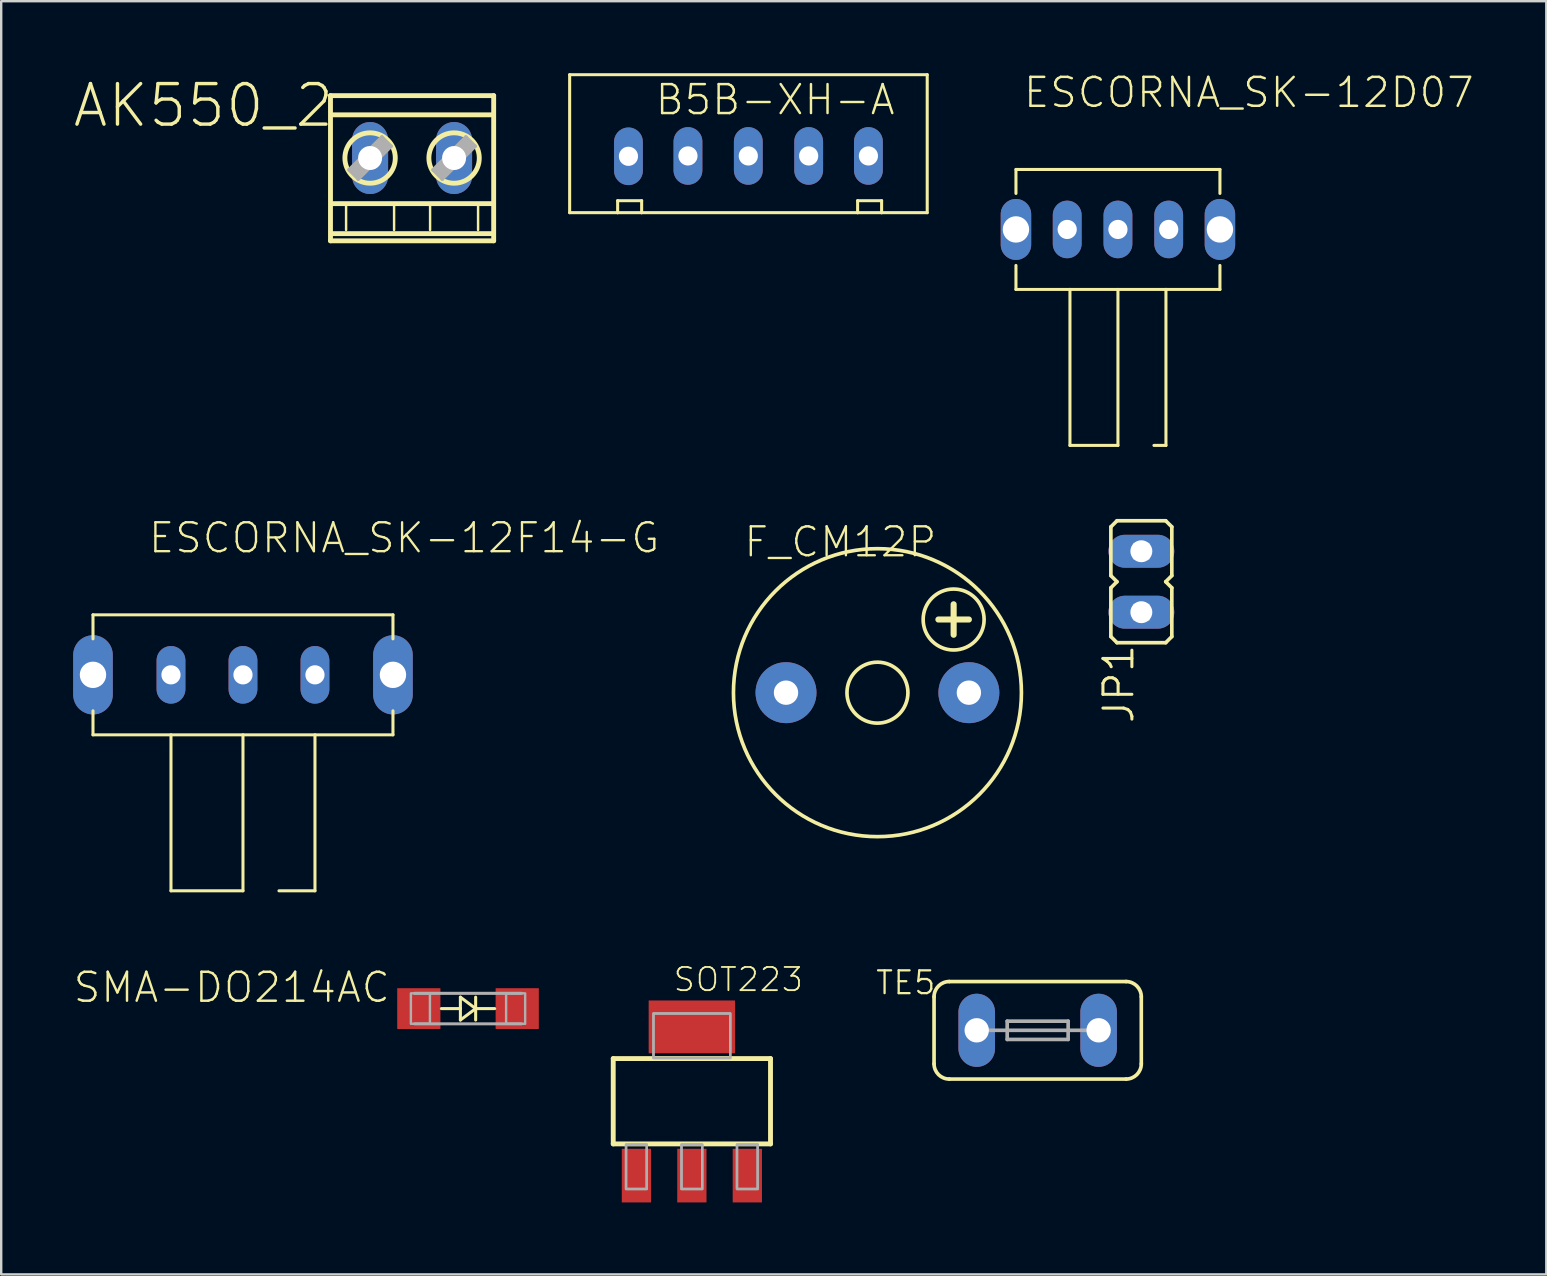
<source format=kicad_pcb>
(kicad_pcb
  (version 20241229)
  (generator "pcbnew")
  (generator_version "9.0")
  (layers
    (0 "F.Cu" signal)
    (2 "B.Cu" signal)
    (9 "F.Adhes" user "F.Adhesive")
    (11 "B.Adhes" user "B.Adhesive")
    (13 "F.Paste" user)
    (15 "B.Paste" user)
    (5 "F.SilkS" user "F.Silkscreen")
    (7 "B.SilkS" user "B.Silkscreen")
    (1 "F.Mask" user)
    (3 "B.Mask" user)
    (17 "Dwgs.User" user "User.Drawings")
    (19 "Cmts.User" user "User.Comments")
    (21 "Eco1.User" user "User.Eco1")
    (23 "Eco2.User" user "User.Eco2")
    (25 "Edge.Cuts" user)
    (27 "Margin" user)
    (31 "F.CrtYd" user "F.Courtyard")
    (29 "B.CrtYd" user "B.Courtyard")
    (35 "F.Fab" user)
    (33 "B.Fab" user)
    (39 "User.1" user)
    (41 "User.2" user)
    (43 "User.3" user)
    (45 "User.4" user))
  (footprint "ESCORNA_SK-12F14-G"
    (layer "F.Cu")
    (at 7.075 25.071)
    (property "Reference" "ESCORNA_SK-12F14-G" (at -4 -5 0) (layer "F.SilkS") (effects (font (size 1.206 1.206) (thickness 0.097)) (justify left bottom)))
    (attr through_hole)
    (fp_line (start -6.25 -2.5) (end -6.25 -1.5) (stroke (width 0.127) (type solid)) (layer "F.SilkS"))
    (fp_line (start -6.25 -2.5) (end 6.25 -2.5) (stroke (width 0.127) (type solid)) (layer "F.SilkS"))
    (fp_line (start -6.25 2.5) (end -6.25 1.5) (stroke (width 0.127) (type solid)) (layer "F.SilkS"))
    (fp_line (start -6.25 2.5) (end 6.25 2.5) (stroke (width 0.127) (type solid)) (layer "F.SilkS"))
    (fp_line (start -3 2.5) (end -3 9) (stroke (width 0.127) (type solid)) (layer "F.SilkS"))
    (fp_line (start -3 9) (end 0 9) (stroke (width 0.127) (type solid)) (layer "F.SilkS"))
    (fp_line (start 0 2.5) (end 0 9) (stroke (width 0.127) (type solid)) (layer "F.SilkS"))
    (fp_line (start 3 9) (end 1.5 9) (stroke (width 0.127) (type solid)) (layer "F.SilkS"))
    (fp_line (start 3 9) (end 3 2.5) (stroke (width 0.127) (type solid)) (layer "F.SilkS"))
    (fp_line (start 6.25 -2.5) (end 6.25 -1.5) (stroke (width 0.127) (type solid)) (layer "F.SilkS"))
    (fp_line (start 6.25 2.5) (end 6.25 1.5) (stroke (width 0.127) (type solid)) (layer "F.SilkS"))
    (pad "P$1" thru_hole oval (at 0 0 90) (size 2.4 1.2) (drill 0.8) (layers "*.Cu" "*.Mask"))
    (pad "P$2" thru_hole oval (at 3 0 90) (size 2.4 1.2) (drill 0.8) (layers "*.Cu" "*.Mask"))
    (pad "P$3" thru_hole oval (at -3 0 90) (size 2.4 1.2) (drill 0.8) (layers "*.Cu" "*.Mask"))
    (pad "P$4" thru_hole oval (at -6.25 0 90) (size 3.3 1.65) (drill 1.1) (layers "*.Cu" "*.Mask"))
    (pad "P$5" thru_hole oval (at 6.25 0 90) (size 3.3 1.65) (drill 1.1) (layers "*.Cu" "*.Mask")))
  (footprint "SOT223"
    (layer "F.Cu")
    (at 25.781 42.84)
    (property "Reference" "SOT223" (at -0.826 -4.508 0) (layer "F.SilkS") (effects (font (size 0.965 0.965) (thickness 0.077)) (justify left bottom)))
    (attr through_hole)
    (fp_line (start -3.277 -1.778) (end 3.277 -1.778) (stroke (width 0.203) (type solid)) (layer "F.SilkS"))
    (fp_line (start -3.277 1.778) (end -3.277 -1.778) (stroke (width 0.203) (type solid)) (layer "F.SilkS"))
    (fp_line (start 3.277 -1.778) (end 3.277 1.778) (stroke (width 0.203) (type solid)) (layer "F.SilkS"))
    (fp_line (start 3.277 1.778) (end -3.277 1.778) (stroke (width 0.203) (type solid)) (layer "F.SilkS"))
    (fp_poly (pts (xy -2.743 3.658) (xy -1.88 3.658) (xy -1.88 1.803) (xy -2.743 1.803)) (stroke (width 0.1) (type solid)) (fill no) (layer "F.Fab"))
    (fp_poly (pts (xy -2.743 3.658) (xy -1.88 3.658) (xy -1.88 1.803) (xy -2.743 1.803)) (stroke (width 0.1) (type solid)) (fill no) (layer "F.Fab"))
    (fp_poly (pts (xy -1.6 -1.803) (xy 1.6 -1.803) (xy 1.6 -3.658) (xy -1.6 -3.658)) (stroke (width 0.1) (type solid)) (fill no) (layer "F.Fab"))
    (fp_poly (pts (xy -1.6 -1.803) (xy 1.6 -1.803) (xy 1.6 -3.658) (xy -1.6 -3.658)) (stroke (width 0.1) (type solid)) (fill no) (layer "F.Fab"))
    (fp_poly (pts (xy -0.432 3.658) (xy 0.432 3.658) (xy 0.432 1.803) (xy -0.432 1.803)) (stroke (width 0.1) (type solid)) (fill no) (layer "F.Fab"))
    (fp_poly (pts (xy -0.432 3.658) (xy 0.432 3.658) (xy 0.432 1.803) (xy -0.432 1.803)) (stroke (width 0.1) (type solid)) (fill no) (layer "F.Fab"))
    (fp_poly (pts (xy 1.88 3.658) (xy 2.743 3.658) (xy 2.743 1.803) (xy 1.88 1.803)) (stroke (width 0.1) (type solid)) (fill no) (layer "F.Fab"))
    (fp_poly (pts (xy 1.88 3.658) (xy 2.743 3.658) (xy 2.743 1.803) (xy 1.88 1.803)) (stroke (width 0.1) (type solid)) (fill no) (layer "F.Fab"))
    (pad "1" smd rect (at -2.311 3.099) (size 1.219 2.235) (layers "F.Cu" "F.Mask" "F.Paste"))
    (pad "2" smd rect (at 0 3.099) (size 1.219 2.235) (layers "F.Cu" "F.Mask" "F.Paste"))
    (pad "3" smd rect (at 2.311 3.099) (size 1.219 2.235) (layers "F.Cu" "F.Mask" "F.Paste"))
    (pad "4" smd rect (at 0 -3.099) (size 3.6 2.2) (layers "F.Cu" "F.Mask" "F.Paste")))
  (footprint "ESCORNA_SK-12D07"
    (layer "F.Cu")
    (at 43.536 6.511)
    (property "Reference" "ESCORNA_SK-12D07" (at -4 -5 0) (layer "F.SilkS") (effects (font (size 1.206 1.206) (thickness 0.102)) (justify left bottom)))
    (attr through_hole)
    (fp_line (start -4.25 -2.5) (end -4.25 -1.5) (stroke (width 0.127) (type solid)) (layer "F.SilkS"))
    (fp_line (start -4.25 -2.5) (end 4.25 -2.5) (stroke (width 0.127) (type solid)) (layer "F.SilkS"))
    (fp_line (start -4.25 2.5) (end -4.25 1.5) (stroke (width 0.127) (type solid)) (layer "F.SilkS"))
    (fp_line (start -4.25 2.5) (end -2 2.5) (stroke (width 0.127) (type solid)) (layer "F.SilkS"))
    (fp_line (start -2 2.5) (end -2 9) (stroke (width 0.127) (type solid)) (layer "F.SilkS"))
    (fp_line (start -2 2.5) (end 2 2.5) (stroke (width 0.127) (type solid)) (layer "F.SilkS"))
    (fp_line (start -2 9) (end 0 9) (stroke (width 0.127) (type solid)) (layer "F.SilkS"))
    (fp_line (start 0 2.5) (end 0 9) (stroke (width 0.127) (type solid)) (layer "F.SilkS"))
    (fp_line (start 2 2.5) (end 4.25 2.5) (stroke (width 0.127) (type solid)) (layer "F.SilkS"))
    (fp_line (start 2 9) (end 1.5 9) (stroke (width 0.127) (type solid)) (layer "F.SilkS"))
    (fp_line (start 2 9) (end 2 2.5) (stroke (width 0.127) (type solid)) (layer "F.SilkS"))
    (fp_line (start 4.25 -2.5) (end 4.25 -1.5) (stroke (width 0.127) (type solid)) (layer "F.SilkS"))
    (fp_line (start 4.25 2.5) (end 4.25 1.5) (stroke (width 0.127) (type solid)) (layer "F.SilkS"))
    (pad "P$1" thru_hole oval (at 0 0 90) (size 2.4 1.2) (drill 0.8) (layers "*.Cu" "*.Mask"))
    (pad "P$2" thru_hole oval (at 2.115 0 90) (size 2.4 1.2) (drill 0.8) (layers "*.Cu" "*.Mask"))
    (pad "P$3" thru_hole oval (at -2.115 0 90) (size 2.4 1.2) (drill 0.8) (layers "*.Cu" "*.Mask"))
    (pad "P$4" thru_hole oval (at -4.25 0 90) (size 2.54 1.27) (drill 1.1) (layers "*.Cu" "*.Mask"))
    (pad "P$5" thru_hole oval (at 4.25 0 90) (size 2.54 1.27) (drill 1.1) (layers "*.Cu" "*.Mask")))
  (footprint "SMA-DO214AC"
    (layer "F.Cu")
    (at 16.453 38.979)
    (property "Reference" "SMA-DO214AC" (at -3.175 -1.587 0) (layer "F.SilkS") (effects (font (size 1.206 1.206) (thickness 0.102)) (justify right top)))
    (attr through_hole)
    (fp_line (start -0.318 -0.476) (end -0.318 0) (stroke (width 0.127) (type solid)) (layer "F.SilkS"))
    (fp_line (start -0.318 0) (end -1.111 0) (stroke (width 0.127) (type solid)) (layer "F.SilkS"))
    (fp_line (start -0.318 0) (end -0.318 0.476) (stroke (width 0.127) (type solid)) (layer "F.SilkS"))
    (fp_line (start -0.318 0.476) (end 0.318 0) (stroke (width 0.127) (type solid)) (layer "F.SilkS"))
    (fp_line (start 0.318 0) (end -0.318 -0.476) (stroke (width 0.127) (type solid)) (layer "F.SilkS"))
    (fp_line (start 0.318 0) (end 0.318 -0.476) (stroke (width 0.127) (type solid)) (layer "F.SilkS"))
    (fp_line (start 0.318 0) (end 0.318 0.476) (stroke (width 0.127) (type solid)) (layer "F.SilkS"))
    (fp_line (start 0.318 0) (end 1.111 0) (stroke (width 0.127) (type solid)) (layer "F.SilkS"))
    (fp_line (start -2.223 -0.635) (end 2.223 -0.635) (stroke (width 0.127) (type solid)) (layer "F.Fab"))
    (fp_line (start -2.223 0.635) (end 2.223 0.635) (stroke (width 0.127) (type solid)) (layer "F.Fab"))
    (fp_poly (pts (xy -2.381 0.635) (xy -1.587 0.635) (xy -1.587 -0.635) (xy -2.381 -0.635)) (stroke (width 0.1) (type solid)) (fill no) (layer "F.Fab"))
    (fp_poly (pts (xy 1.587 0.635) (xy 2.381 0.635) (xy 2.381 -0.635) (xy 1.587 -0.635)) (stroke (width 0.1) (type solid)) (fill no) (layer "F.Fab"))
    (pad "A" smd rect (at -2.05 0) (size 1.8 1.7) (layers "F.Cu" "F.Mask" "F.Paste"))
    (pad "K" smd rect (at 2.05 0) (size 1.8 1.7) (layers "F.Cu" "F.Mask" "F.Paste")))
  (footprint "AK550_2"
    (layer "F.Cu")
    (at 14.122 3.535)
    (property "Reference" "AK550_2" (at -3.175 -3.175 0) (layer "F.SilkS") (effects (font (size 1.689 1.689) (thickness 0.142)) (justify right top)))
    (attr through_hole)
    (fp_line (start -3.4 -2.6) (end 3.4 -2.6) (stroke (width 0.203) (type solid)) (layer "F.SilkS"))
    (fp_line (start -3.4 3.45) (end -3.4 -2.6) (stroke (width 0.203) (type solid)) (layer "F.SilkS"))
    (fp_line (start -3.3 3.15) (end 3.3 3.15) (stroke (width 0.203) (type solid)) (layer "F.SilkS"))
    (fp_line (start -2.75 2) (end -2.75 3) (stroke (width 0.102) (type solid)) (layer "F.SilkS"))
    (fp_line (start -0.75 2) (end -0.75 3) (stroke (width 0.102) (type solid)) (layer "F.SilkS"))
    (fp_line (start 0.75 2) (end 0.75 3) (stroke (width 0.102) (type solid)) (layer "F.SilkS"))
    (fp_line (start 2.75 2) (end 2.75 3) (stroke (width 0.102) (type solid)) (layer "F.SilkS"))
    (fp_line (start 3.3 1.9) (end -3.3 1.9) (stroke (width 0.203) (type solid)) (layer "F.SilkS"))
    (fp_line (start 3.35 -1.8) (end -3.3 -1.8) (stroke (width 0.203) (type solid)) (layer "F.SilkS"))
    (fp_line (start 3.4 -2.6) (end 3.4 3.45) (stroke (width 0.203) (type solid)) (layer "F.SilkS"))
    (fp_line (start 3.4 3.45) (end -3.4 3.45) (stroke (width 0.203) (type solid)) (layer "F.SilkS"))
    (fp_circle (center -1.75 0) (end -0.7 0) (stroke (width 0.203) (type solid)) (fill no) (layer "F.SilkS"))
    (fp_circle (center 1.75 0) (end 2.8 0) (stroke (width 0.203) (type solid)) (fill no) (layer "F.SilkS"))
    (fp_line (start -2.241 0.872) (end -2.622 0.491) (stroke (width 0.152) (type solid)) (layer "F.Fab"))
    (fp_line (start -1.259 -0.872) (end -2.622 0.491) (stroke (width 0.152) (type solid)) (layer "F.Fab"))
    (fp_line (start -1.259 -0.491) (end -2.241 0.491) (stroke (width 0.61) (type solid)) (layer "F.Fab"))
    (fp_line (start -0.878 -0.491) (end -2.241 0.872) (stroke (width 0.152) (type solid)) (layer "F.Fab"))
    (fp_line (start -0.878 -0.491) (end -1.259 -0.872) (stroke (width 0.152) (type solid)) (layer "F.Fab"))
    (fp_line (start 1.259 0.872) (end 0.878 0.491) (stroke (width 0.152) (type solid)) (layer "F.Fab"))
    (fp_line (start 2.241 -0.872) (end 0.878 0.491) (stroke (width 0.152) (type solid)) (layer "F.Fab"))
    (fp_line (start 2.241 -0.491) (end 1.259 0.491) (stroke (width 0.61) (type solid)) (layer "F.Fab"))
    (fp_line (start 2.622 -0.491) (end 1.259 0.872) (stroke (width 0.152) (type solid)) (layer "F.Fab"))
    (fp_line (start 2.622 -0.491) (end 2.241 -0.872) (stroke (width 0.152) (type solid)) (layer "F.Fab"))
    (pad "1" thru_hole oval (at -1.75 0 90) (size 3 1.5) (drill 1) (layers "*.Cu" "*.Mask"))
    (pad "2" thru_hole oval (at 1.75 0 90) (size 3 1.5) (drill 1) (layers "*.Cu" "*.Mask")))
  (footprint "F_CM12P"
    (layer "F.Cu")
    (at 33.514 25.814)
    (property "Reference" "F_CM12P" (at 2.54 -6.985 180) (layer "F.SilkS") (effects (font (size 1.206 1.206) (thickness 0.097)) (justify right top)))
    (attr through_hole)
    (fp_line (start 2.54 -3.048) (end 3.81 -3.048) (stroke (width 0.254) (type solid)) (layer "F.SilkS"))
    (fp_line (start 3.175 -3.683) (end 3.175 -2.413) (stroke (width 0.254) (type solid)) (layer "F.SilkS"))
    (fp_circle (center 0 0) (end 1.27 0) (stroke (width 0.152) (type solid)) (fill no) (layer "F.SilkS"))
    (fp_circle (center 0 0) (end 6 0) (stroke (width 0.152) (type solid)) (fill no) (layer "F.SilkS"))
    (fp_circle (center 3.175 -3.048) (end 4.445 -3.048) (stroke (width 0.152) (type solid)) (fill no) (layer "F.SilkS"))
    (pad "+" thru_hole circle (at 3.81 0) (size 2.54 2.54) (drill 1.016) (layers "*.Cu" "*.Mask"))
    (pad "-" thru_hole circle (at -3.81 0) (size 2.54 2.54) (drill 1.016) (layers "*.Cu" "*.Mask")))
  (footprint "B5B-XH-A"
    (layer "F.Cu")
    (at 28.308 3.273)
    (property "Reference" "B5B-XH-A" (at -4.12 -1.46 0) (layer "F.SilkS") (effects (font (size 1.206 1.206) (thickness 0.102)) (justify left bottom)))
    (attr through_hole)
    (fp_line (start -7.62 -3.21) (end 7.28 -3.21) (stroke (width 0.127) (type solid)) (layer "F.SilkS"))
    (fp_line (start -7.62 2.54) (end -7.62 -3.21) (stroke (width 0.127) (type solid)) (layer "F.SilkS"))
    (fp_line (start -5.62 2.04) (end -4.62 2.04) (stroke (width 0.127) (type solid)) (layer "F.SilkS"))
    (fp_line (start -5.62 2.54) (end -7.62 2.54) (stroke (width 0.127) (type solid)) (layer "F.SilkS"))
    (fp_line (start -5.62 2.54) (end -5.62 2.04) (stroke (width 0.127) (type solid)) (layer "F.SilkS"))
    (fp_line (start -4.62 2.04) (end -4.62 2.54) (stroke (width 0.127) (type solid)) (layer "F.SilkS"))
    (fp_line (start -4.62 2.54) (end -5.62 2.54) (stroke (width 0.127) (type solid)) (layer "F.SilkS"))
    (fp_line (start 4.38 2.04) (end 5.38 2.04) (stroke (width 0.127) (type solid)) (layer "F.SilkS"))
    (fp_line (start 4.38 2.54) (end -4.62 2.54) (stroke (width 0.127) (type solid)) (layer "F.SilkS"))
    (fp_line (start 4.38 2.54) (end 4.38 2.04) (stroke (width 0.127) (type solid)) (layer "F.SilkS"))
    (fp_line (start 5.38 2.04) (end 5.38 2.54) (stroke (width 0.127) (type solid)) (layer "F.SilkS"))
    (fp_line (start 5.38 2.54) (end 4.38 2.54) (stroke (width 0.127) (type solid)) (layer "F.SilkS"))
    (fp_line (start 7.28 -3.21) (end 7.28 2.54) (stroke (width 0.127) (type solid)) (layer "F.SilkS"))
    (fp_line (start 7.28 2.54) (end 5.38 2.54) (stroke (width 0.127) (type solid)) (layer "F.SilkS"))
    (pad "P$1" thru_hole oval (at -5.17 0.19 90) (size 2.4 1.2) (drill 0.8) (layers "*.Cu" "*.Mask"))
    (pad "P$2" thru_hole oval (at -2.69 0.175 90) (size 2.4 1.2) (drill 0.8) (layers "*.Cu" "*.Mask"))
    (pad "P$3" thru_hole oval (at -0.175 0.175 90) (size 2.4 1.2) (drill 0.8) (layers "*.Cu" "*.Mask"))
    (pad "P$4" thru_hole oval (at 2.34 0.175 90) (size 2.4 1.2) (drill 0.8) (layers "*.Cu" "*.Mask"))
    (pad "P$5" thru_hole oval (at 4.83 0.175 90) (size 2.4 1.2) (drill 0.8) (layers "*.Cu" "*.Mask")))
  (footprint "TE5"
    (layer "F.Cu")
    (at 40.191 39.884)
    (property "Reference" "TE5" (at -4.191 -2.54 180) (layer "F.SilkS") (effects (font (size 0.95 0.95) (thickness 0.095)) (justify right top)))
    (attr through_hole)
    (fp_line (start -4.318 -1.397) (end -4.318 1.397) (stroke (width 0.152) (type solid)) (layer "F.SilkS"))
    (fp_line (start -3.683 2.032) (end 3.683 2.032) (stroke (width 0.152) (type solid)) (layer "F.SilkS"))
    (fp_line (start 3.683 -2.032) (end -3.683 -2.032) (stroke (width 0.152) (type solid)) (layer "F.SilkS"))
    (fp_line (start 4.318 1.397) (end 4.318 -1.397) (stroke (width 0.152) (type solid)) (layer "F.SilkS"))
    (fp_arc (start -4.318 -1.397) (mid -4.132013 -1.846013) (end -3.683 -2.032) (stroke (width 0.1524) (type solid)) (layer "F.SilkS"))
    (fp_arc (start -3.683 2.032) (mid -4.132013 1.846013) (end -4.318 1.397) (stroke (width 0.1524) (type solid)) (layer "F.SilkS"))
    (fp_arc (start 3.683 -2.032) (mid 4.132013 -1.846013) (end 4.318 -1.397) (stroke (width 0.1524) (type solid)) (layer "F.SilkS"))
    (fp_arc (start 4.318 1.397) (mid 4.132013 1.846013) (end 3.683 2.032) (stroke (width 0.1524) (type solid)) (layer "F.SilkS"))
    (fp_line (start -2.159 0) (end 2.159 0) (stroke (width 0.152) (type solid)) (layer "F.Fab"))
    (fp_line (start -1.27 -0.381) (end -1.27 0.381) (stroke (width 0.152) (type solid)) (layer "F.Fab"))
    (fp_line (start -1.27 0.381) (end 1.27 0.381) (stroke (width 0.152) (type solid)) (layer "F.Fab"))
    (fp_line (start 1.27 -0.381) (end -1.27 -0.381) (stroke (width 0.152) (type solid)) (layer "F.Fab"))
    (fp_line (start 1.27 -0.381) (end 1.27 0.381) (stroke (width 0.152) (type solid)) (layer "F.Fab"))
    (pad "1" thru_hole oval (at -2.54 0 90) (size 3.048 1.524) (drill 1.016) (layers "*.Cu" "*.Mask"))
    (pad "2" thru_hole oval (at 2.54 0 90) (size 3.048 1.524) (drill 1.016) (layers "*.Cu" "*.Mask")))
  (footprint "JP1"
    (layer "F.Cu")
    (at 44.511 21.191)
    (property "Reference" "JP1" (at -1.651 2.54 90) (layer "F.SilkS") (effects (font (size 1.206 1.206) (thickness 0.127)) (justify right top)))
    (attr through_hole)
    (fp_line (start -1.27 -2.286) (end -1.27 -0.254) (stroke (width 0.152) (type solid)) (layer "F.SilkS"))
    (fp_line (start -1.27 -2.286) (end -1.016 -2.54) (stroke (width 0.152) (type solid)) (layer "F.SilkS"))
    (fp_line (start -1.27 0.254) (end -1.27 2.286) (stroke (width 0.152) (type solid)) (layer "F.SilkS"))
    (fp_line (start -1.016 0) (end -1.27 -0.254) (stroke (width 0.152) (type solid)) (layer "F.SilkS"))
    (fp_line (start -1.016 0) (end -1.27 0.254) (stroke (width 0.152) (type solid)) (layer "F.SilkS"))
    (fp_line (start -1.016 2.54) (end -1.27 2.286) (stroke (width 0.152) (type solid)) (layer "F.SilkS"))
    (fp_line (start -1.016 2.54) (end 1.016 2.54) (stroke (width 0.152) (type solid)) (layer "F.SilkS"))
    (fp_line (start 1.016 -2.54) (end -1.016 -2.54) (stroke (width 0.152) (type solid)) (layer "F.SilkS"))
    (fp_line (start 1.016 0) (end 1.27 -0.254) (stroke (width 0.152) (type solid)) (layer "F.SilkS"))
    (fp_line (start 1.016 0) (end 1.27 0.254) (stroke (width 0.152) (type solid)) (layer "F.SilkS"))
    (fp_line (start 1.016 2.54) (end 1.27 2.286) (stroke (width 0.152) (type solid)) (layer "F.SilkS"))
    (fp_line (start 1.27 -2.286) (end 1.016 -2.54) (stroke (width 0.152) (type solid)) (layer "F.SilkS"))
    (fp_line (start 1.27 -2.286) (end 1.27 -0.254) (stroke (width 0.152) (type solid)) (layer "F.SilkS"))
    (fp_line (start 1.27 0.254) (end 1.27 2.286) (stroke (width 0.152) (type solid)) (layer "F.SilkS"))
    (fp_poly (pts (xy -0.305 -0.965) (xy 0.305 -0.965) (xy 0.305 -1.575) (xy -0.305 -1.575)) (stroke (width 0.1) (type solid)) (fill no) (layer "F.Fab"))
    (fp_poly (pts (xy -0.305 1.575) (xy 0.305 1.575) (xy 0.305 0.965) (xy -0.305 0.965)) (stroke (width 0.1) (type solid)) (fill no) (layer "F.Fab"))
    (pad "1" thru_hole oval (at 0 1.27) (size 2.743 1.372) (drill 0.914) (layers "*.Cu" "*.Mask"))
    (pad "2" thru_hole oval (at 0 -1.27) (size 2.743 1.372) (drill 0.914) (layers "*.Cu" "*.Mask")))
  (gr_rect
    (start -3 -3)
    (end 61.386 50.056)
    (stroke (width 0.1) (type default))
    (fill no)
    (layer "Edge.Cuts")))
</source>
